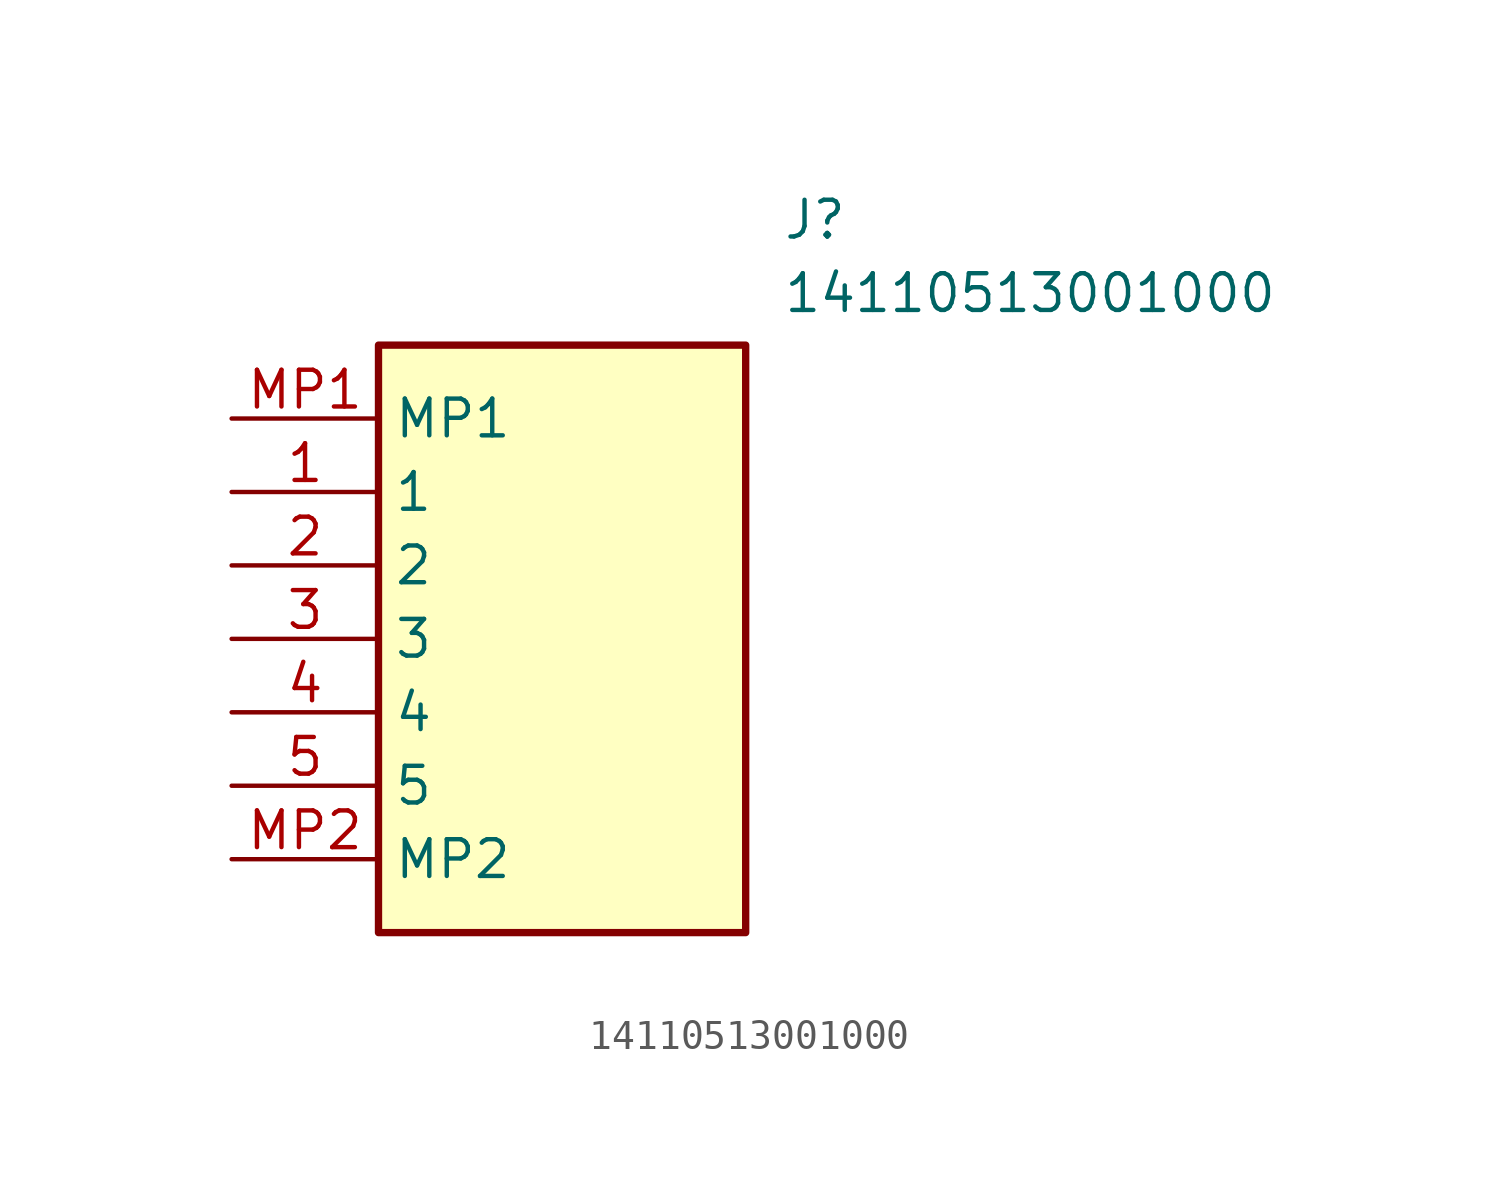
<source format=kicad_sym>
(kicad_symbol_lib
  (version 20211014)
  (generator SamacSys_ECAD_Model)
  (symbol "14110513001000"
    (property "Reference" "J"
      (at 19.05 7.62 0)
      (effects (font (size 1.27 1.27)) (justify left top)))
    (property "Value" "14110513001000"
      (at 19.05 5.08 0)
      (effects (font (size 1.27 1.27)) (justify left top)))
    (rectangle
      (start 5.08 2.54)
      (end 17.78 -17.78)
      (stroke (width 0.254) (type default))
      (fill (type background)))
    (pin passive line
      (at 0 -2.54 0)
      (length 5.08)
      (name "1" (effects (font (size 1.27 1.27))))
      (number "1" (effects (font (size 1.27 1.27)))))
    (pin passive line
      (at 0 -5.08 0)
      (length 5.08)
      (name "2" (effects (font (size 1.27 1.27))))
      (number "2" (effects (font (size 1.27 1.27)))))
    (pin passive line
      (at 0 -7.62 0)
      (length 5.08)
      (name "3" (effects (font (size 1.27 1.27))))
      (number "3" (effects (font (size 1.27 1.27)))))
    (pin passive line
      (at 0 -10.16 0)
      (length 5.08)
      (name "4" (effects (font (size 1.27 1.27))))
      (number "4" (effects (font (size 1.27 1.27)))))
    (pin passive line
      (at 0 -12.7 0)
      (length 5.08)
      (name "5" (effects (font (size 1.27 1.27))))
      (number "5" (effects (font (size 1.27 1.27)))))
    (pin passive line
      (at 0 0 0)
      (length 5.08)
      (name "MP1" (effects (font (size 1.27 1.27))))
      (number "MP1" (effects (font (size 1.27 1.27)))))
    (pin passive line
      (at 0 -15.24 0)
      (length 5.08)
      (name "MP2" (effects (font (size 1.27 1.27))))
      (number "MP2" (effects (font (size 1.27 1.27)))))))
</source>
